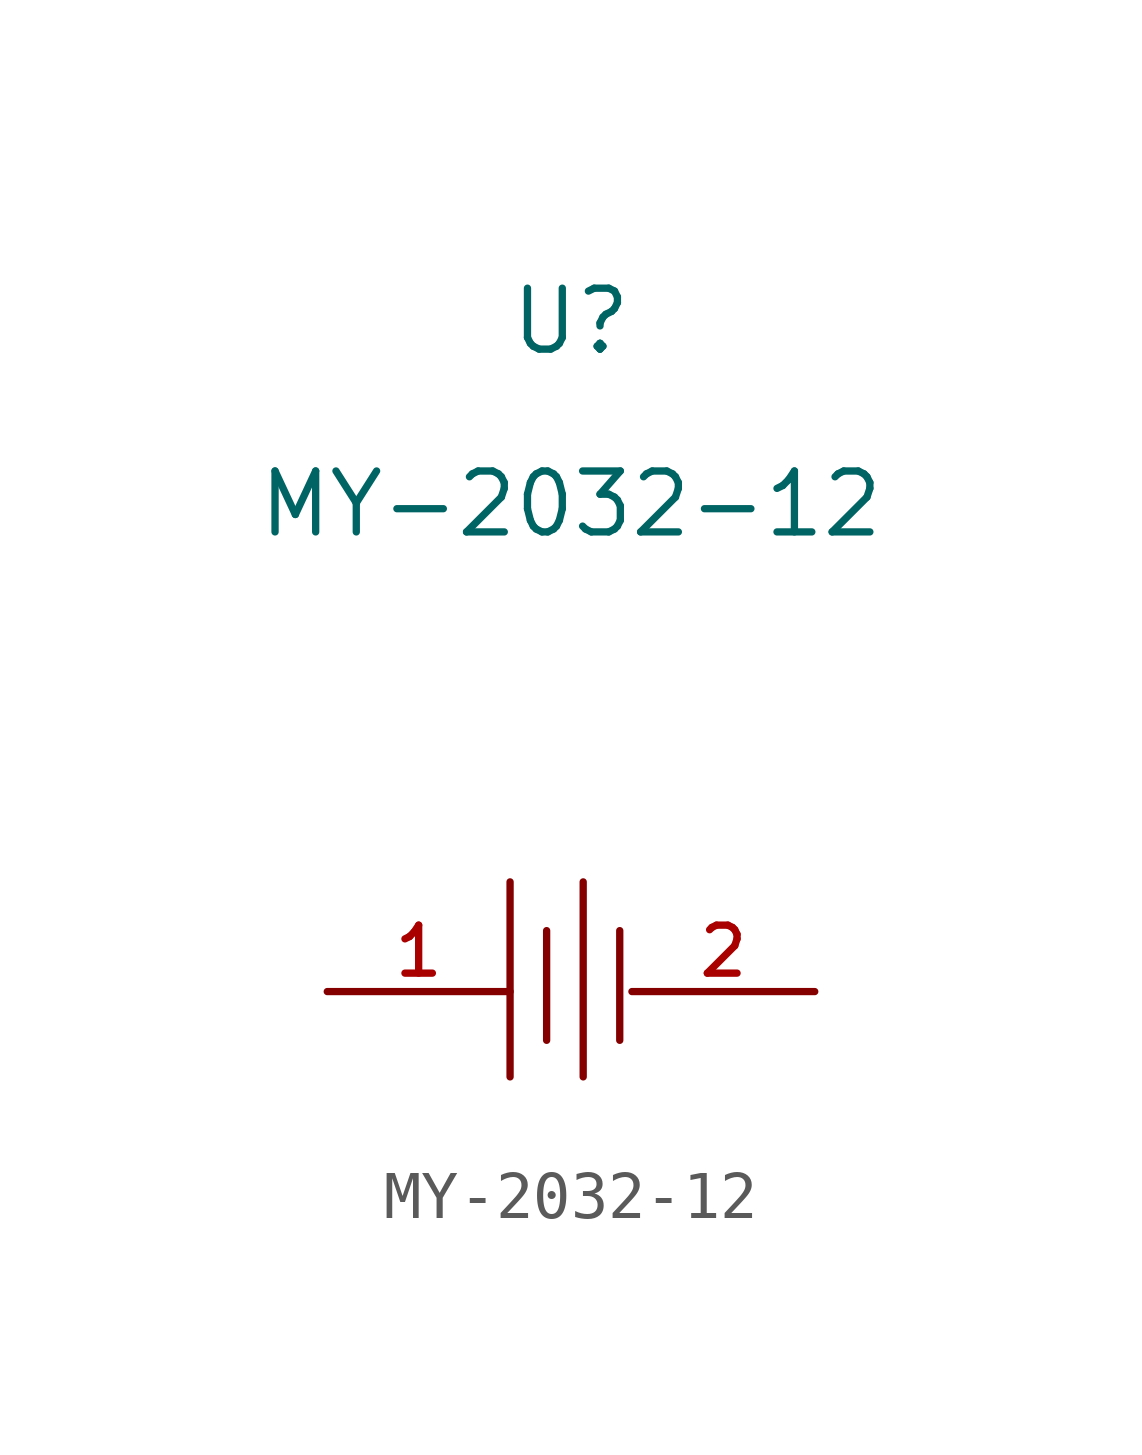
<source format=kicad_sym>
(kicad_symbol_lib
  (version 20211014)
  (generator kicad_symbol_editor)
  (symbol "MY-2032-12"
    (pin_names hide)
    (property "Reference" "U"
      (at 0 1.27 0)
      (effects (font (size 1.27 1.27))))
    (property "Value" "MY-2032-12"
      (at 0 -2.54 0)
      (effects (font (size 1.27 1.27))))
    (symbol "MY-2032-12_0_0"
      (polyline (pts (xy -1.27 -10.414) (xy -1.27 -14.478)) (stroke (width 0) (type default) (color 0 0 0 0)) (fill (type none)))
      (polyline (pts (xy -0.508 -11.43) (xy -0.508 -13.716)) (stroke (width 0) (type default) (color 0 0 0 0)) (fill (type none)))
      (polyline (pts (xy 0.254 -10.414) (xy 0.254 -14.478)) (stroke (width 0) (type default) (color 0 0 0 0)) (fill (type none)))
      (polyline (pts (xy 1.016 -11.43) (xy 1.016 -13.716)) (stroke (width 0) (type default) (color 0 0 0 0)) (fill (type none)))
      (pin input line (at -5.08 -12.7 0) (length 3.81) (name "1" (effects (font (size 1 1)))) (number "1" (effects (font (size 1 1)))))
      (pin input line (at 5.08 -12.7 180) (length 3.81) (name "2" (effects (font (size 1 1)))) (number "2" (effects (font (size 1 1))))))))
</source>
